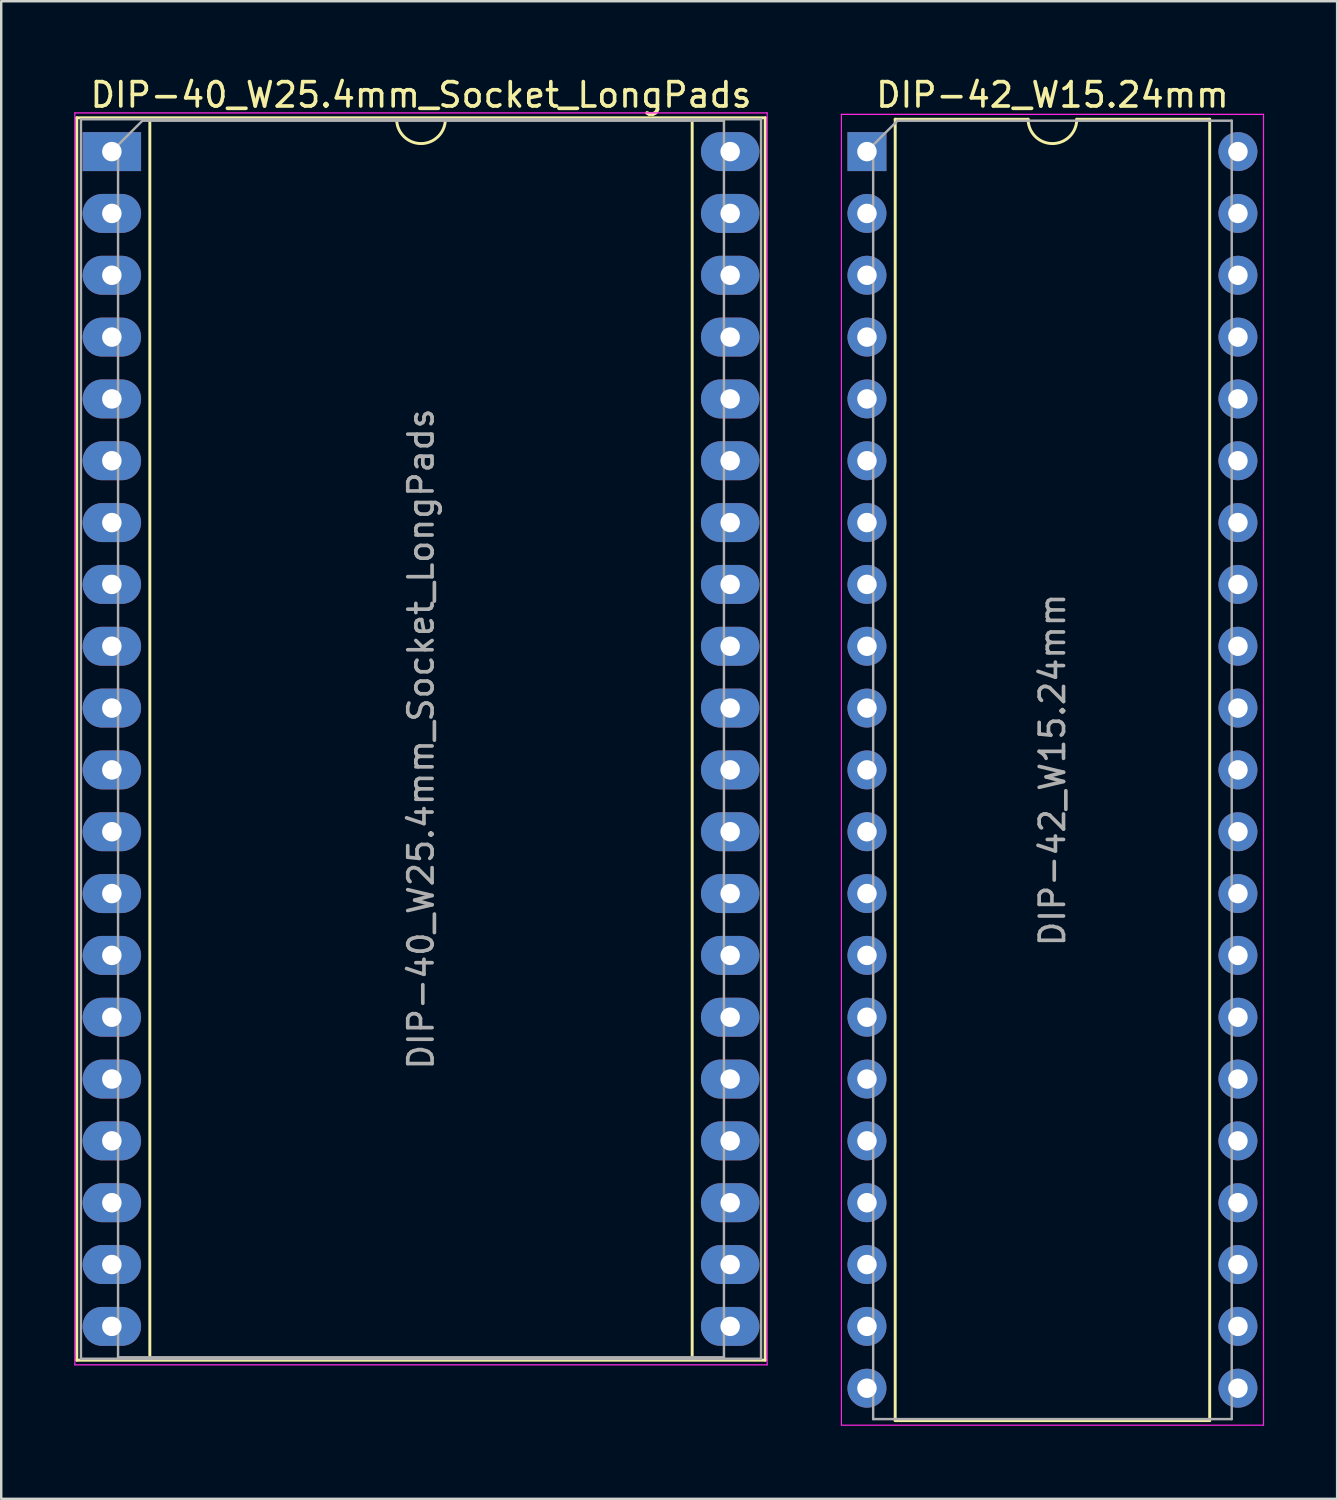
<source format=kicad_pcb>
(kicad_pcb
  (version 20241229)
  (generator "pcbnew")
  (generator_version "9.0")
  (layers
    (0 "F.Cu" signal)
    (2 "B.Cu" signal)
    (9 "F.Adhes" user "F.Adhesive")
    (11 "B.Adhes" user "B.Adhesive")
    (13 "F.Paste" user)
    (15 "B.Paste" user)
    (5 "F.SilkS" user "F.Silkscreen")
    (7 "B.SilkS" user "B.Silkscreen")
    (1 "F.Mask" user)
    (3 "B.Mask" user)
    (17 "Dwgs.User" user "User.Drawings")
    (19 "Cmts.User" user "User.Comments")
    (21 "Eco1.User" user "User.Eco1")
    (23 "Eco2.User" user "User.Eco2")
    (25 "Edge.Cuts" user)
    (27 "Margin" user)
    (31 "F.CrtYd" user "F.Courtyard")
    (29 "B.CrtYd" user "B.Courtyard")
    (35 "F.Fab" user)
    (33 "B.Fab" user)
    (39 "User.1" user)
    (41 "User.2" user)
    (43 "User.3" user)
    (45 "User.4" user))
  (footprint "DIP-40_W25.4mm_Socket_LongPads"
    (layer "F.Cu")
    (at 1.545 3.178)
    (property "Reference" "DIP-40_W25.4mm_Socket_LongPads" (at 12.7 -2.33 0) (layer "F.SilkS") (effects (font (size 1 1) (thickness 0.15))))
    (attr through_hole)
    (fp_line (start -1.44 -1.39) (end -1.44 49.65) (stroke (width 0.12) (type solid)) (layer "F.SilkS"))
    (fp_line (start -1.44 49.65) (end 26.84 49.65) (stroke (width 0.12) (type solid)) (layer "F.SilkS"))
    (fp_line (start 1.56 -1.33) (end 1.56 49.59) (stroke (width 0.12) (type solid)) (layer "F.SilkS"))
    (fp_line (start 1.56 49.59) (end 23.84 49.59) (stroke (width 0.12) (type solid)) (layer "F.SilkS"))
    (fp_line (start 11.7 -1.33) (end 1.56 -1.33) (stroke (width 0.12) (type solid)) (layer "F.SilkS"))
    (fp_line (start 23.84 -1.33) (end 13.7 -1.33) (stroke (width 0.12) (type solid)) (layer "F.SilkS"))
    (fp_line (start 23.84 49.59) (end 23.84 -1.33) (stroke (width 0.12) (type solid)) (layer "F.SilkS"))
    (fp_line (start 26.84 -1.39) (end -1.44 -1.39) (stroke (width 0.12) (type solid)) (layer "F.SilkS"))
    (fp_line (start 26.84 49.65) (end 26.84 -1.39) (stroke (width 0.12) (type solid)) (layer "F.SilkS"))
    (fp_arc (start 13.7 -1.33) (mid 12.7 -0.33) (end 11.7 -1.33) (stroke (width 0.12) (type solid)) (layer "F.SilkS"))
    (fp_line (start -1.52 -1.59) (end -1.52 49.84) (stroke (width 0.05) (type solid)) (layer "F.CrtYd"))
    (fp_line (start -1.52 49.84) (end 26.92 49.84) (stroke (width 0.05) (type solid)) (layer "F.CrtYd"))
    (fp_line (start 26.92 -1.59) (end -1.52 -1.59) (stroke (width 0.05) (type solid)) (layer "F.CrtYd"))
    (fp_line (start 26.92 49.84) (end 26.92 -1.59) (stroke (width 0.05) (type solid)) (layer "F.CrtYd"))
    (fp_line (start -1.27 -1.33) (end -1.27 49.59) (stroke (width 0.1) (type solid)) (layer "F.Fab"))
    (fp_line (start -1.27 49.59) (end 26.67 49.59) (stroke (width 0.1) (type solid)) (layer "F.Fab"))
    (fp_line (start 0.255 -0.27) (end 1.255 -1.27) (stroke (width 0.1) (type solid)) (layer "F.Fab"))
    (fp_line (start 0.255 49.53) (end 0.255 -0.27) (stroke (width 0.1) (type solid)) (layer "F.Fab"))
    (fp_line (start 1.255 -1.27) (end 25.145 -1.27) (stroke (width 0.1) (type solid)) (layer "F.Fab"))
    (fp_line (start 25.145 -1.27) (end 25.145 49.53) (stroke (width 0.1) (type solid)) (layer "F.Fab"))
    (fp_line (start 25.145 49.53) (end 0.255 49.53) (stroke (width 0.1) (type solid)) (layer "F.Fab"))
    (fp_line (start 26.67 -1.33) (end -1.27 -1.33) (stroke (width 0.1) (type solid)) (layer "F.Fab"))
    (fp_line (start 26.67 49.59) (end 26.67 -1.33) (stroke (width 0.1) (type solid)) (layer "F.Fab"))
    (fp_text user "${REFERENCE}" (at 12.7 24.13 90) (layer "F.Fab") (effects (font (size 1 1) (thickness 0.15))))
    (pad "1" thru_hole rect (at 0 0) (size 2.4 1.6) (drill 0.8) (layers "*.Cu" "*.Mask"))
    (pad "2" thru_hole oval (at 0 2.54) (size 2.4 1.6) (drill 0.8) (layers "*.Cu" "*.Mask"))
    (pad "3" thru_hole oval (at 0 5.08) (size 2.4 1.6) (drill 0.8) (layers "*.Cu" "*.Mask"))
    (pad "4" thru_hole oval (at 0 7.62) (size 2.4 1.6) (drill 0.8) (layers "*.Cu" "*.Mask"))
    (pad "5" thru_hole oval (at 0 10.16) (size 2.4 1.6) (drill 0.8) (layers "*.Cu" "*.Mask"))
    (pad "6" thru_hole oval (at 0 12.7) (size 2.4 1.6) (drill 0.8) (layers "*.Cu" "*.Mask"))
    (pad "7" thru_hole oval (at 0 15.24) (size 2.4 1.6) (drill 0.8) (layers "*.Cu" "*.Mask"))
    (pad "8" thru_hole oval (at 0 17.78) (size 2.4 1.6) (drill 0.8) (layers "*.Cu" "*.Mask"))
    (pad "9" thru_hole oval (at 0 20.32) (size 2.4 1.6) (drill 0.8) (layers "*.Cu" "*.Mask"))
    (pad "10" thru_hole oval (at 0 22.86) (size 2.4 1.6) (drill 0.8) (layers "*.Cu" "*.Mask"))
    (pad "11" thru_hole oval (at 0 25.4) (size 2.4 1.6) (drill 0.8) (layers "*.Cu" "*.Mask"))
    (pad "12" thru_hole oval (at 0 27.94) (size 2.4 1.6) (drill 0.8) (layers "*.Cu" "*.Mask"))
    (pad "13" thru_hole oval (at 0 30.48) (size 2.4 1.6) (drill 0.8) (layers "*.Cu" "*.Mask"))
    (pad "14" thru_hole oval (at 0 33.02) (size 2.4 1.6) (drill 0.8) (layers "*.Cu" "*.Mask"))
    (pad "15" thru_hole oval (at 0 35.56) (size 2.4 1.6) (drill 0.8) (layers "*.Cu" "*.Mask"))
    (pad "16" thru_hole oval (at 0 38.1) (size 2.4 1.6) (drill 0.8) (layers "*.Cu" "*.Mask"))
    (pad "17" thru_hole oval (at 0 40.64) (size 2.4 1.6) (drill 0.8) (layers "*.Cu" "*.Mask"))
    (pad "18" thru_hole oval (at 0 43.18) (size 2.4 1.6) (drill 0.8) (layers "*.Cu" "*.Mask"))
    (pad "19" thru_hole oval (at 0 45.72) (size 2.4 1.6) (drill 0.8) (layers "*.Cu" "*.Mask"))
    (pad "20" thru_hole oval (at 0 48.26) (size 2.4 1.6) (drill 0.8) (layers "*.Cu" "*.Mask"))
    (pad "21" thru_hole oval (at 25.4 48.26) (size 2.4 1.6) (drill 0.8) (layers "*.Cu" "*.Mask"))
    (pad "22" thru_hole oval (at 25.4 45.72) (size 2.4 1.6) (drill 0.8) (layers "*.Cu" "*.Mask"))
    (pad "23" thru_hole oval (at 25.4 43.18) (size 2.4 1.6) (drill 0.8) (layers "*.Cu" "*.Mask"))
    (pad "24" thru_hole oval (at 25.4 40.64) (size 2.4 1.6) (drill 0.8) (layers "*.Cu" "*.Mask"))
    (pad "25" thru_hole oval (at 25.4 38.1) (size 2.4 1.6) (drill 0.8) (layers "*.Cu" "*.Mask"))
    (pad "26" thru_hole oval (at 25.4 35.56) (size 2.4 1.6) (drill 0.8) (layers "*.Cu" "*.Mask"))
    (pad "27" thru_hole oval (at 25.4 33.02) (size 2.4 1.6) (drill 0.8) (layers "*.Cu" "*.Mask"))
    (pad "28" thru_hole oval (at 25.4 30.48) (size 2.4 1.6) (drill 0.8) (layers "*.Cu" "*.Mask"))
    (pad "29" thru_hole oval (at 25.4 27.94) (size 2.4 1.6) (drill 0.8) (layers "*.Cu" "*.Mask"))
    (pad "30" thru_hole oval (at 25.4 25.4) (size 2.4 1.6) (drill 0.8) (layers "*.Cu" "*.Mask"))
    (pad "31" thru_hole oval (at 25.4 22.86) (size 2.4 1.6) (drill 0.8) (layers "*.Cu" "*.Mask"))
    (pad "32" thru_hole oval (at 25.4 20.32) (size 2.4 1.6) (drill 0.8) (layers "*.Cu" "*.Mask"))
    (pad "33" thru_hole oval (at 25.4 17.78) (size 2.4 1.6) (drill 0.8) (layers "*.Cu" "*.Mask"))
    (pad "34" thru_hole oval (at 25.4 15.24) (size 2.4 1.6) (drill 0.8) (layers "*.Cu" "*.Mask"))
    (pad "35" thru_hole oval (at 25.4 12.7) (size 2.4 1.6) (drill 0.8) (layers "*.Cu" "*.Mask"))
    (pad "36" thru_hole oval (at 25.4 10.16) (size 2.4 1.6) (drill 0.8) (layers "*.Cu" "*.Mask"))
    (pad "37" thru_hole oval (at 25.4 7.62) (size 2.4 1.6) (drill 0.8) (layers "*.Cu" "*.Mask"))
    (pad "38" thru_hole oval (at 25.4 5.08) (size 2.4 1.6) (drill 0.8) (layers "*.Cu" "*.Mask"))
    (pad "39" thru_hole oval (at 25.4 2.54) (size 2.4 1.6) (drill 0.8) (layers "*.Cu" "*.Mask"))
    (pad "40" thru_hole oval (at 25.4 0) (size 2.4 1.6) (drill 0.8) (layers "*.Cu" "*.Mask")))
  (footprint "DIP-42_W15.24mm"
    (layer "F.Cu")
    (at 32.565 3.178)
    (property "Reference" "DIP-42_W15.24mm" (at 7.62 -2.33 0) (layer "F.SilkS") (effects (font (size 1 1) (thickness 0.15))))
    (attr through_hole)
    (fp_line (start 1.16 -1.33) (end 1.16 52.13) (stroke (width 0.12) (type solid)) (layer "F.SilkS"))
    (fp_line (start 1.16 52.13) (end 14.08 52.13) (stroke (width 0.12) (type solid)) (layer "F.SilkS"))
    (fp_line (start 6.62 -1.33) (end 1.16 -1.33) (stroke (width 0.12) (type solid)) (layer "F.SilkS"))
    (fp_line (start 14.08 -1.33) (end 8.62 -1.33) (stroke (width 0.12) (type solid)) (layer "F.SilkS"))
    (fp_line (start 14.08 52.13) (end 14.08 -1.33) (stroke (width 0.12) (type solid)) (layer "F.SilkS"))
    (fp_arc (start 8.62 -1.33) (mid 7.62 -0.33) (end 6.62 -1.33) (stroke (width 0.12) (type solid)) (layer "F.SilkS"))
    (fp_line (start -1.05 -1.53) (end -1.05 52.32) (stroke (width 0.05) (type solid)) (layer "F.CrtYd"))
    (fp_line (start -1.05 52.32) (end 16.29 52.32) (stroke (width 0.05) (type solid)) (layer "F.CrtYd"))
    (fp_line (start 16.29 -1.53) (end -1.05 -1.53) (stroke (width 0.05) (type solid)) (layer "F.CrtYd"))
    (fp_line (start 16.29 52.32) (end 16.29 -1.53) (stroke (width 0.05) (type solid)) (layer "F.CrtYd"))
    (fp_line (start 0.255 -0.27) (end 1.255 -1.27) (stroke (width 0.1) (type solid)) (layer "F.Fab"))
    (fp_line (start 0.255 52.07) (end 0.255 -0.27) (stroke (width 0.1) (type solid)) (layer "F.Fab"))
    (fp_line (start 1.255 -1.27) (end 14.985 -1.27) (stroke (width 0.1) (type solid)) (layer "F.Fab"))
    (fp_line (start 14.985 -1.27) (end 14.985 52.07) (stroke (width 0.1) (type solid)) (layer "F.Fab"))
    (fp_line (start 14.985 52.07) (end 0.255 52.07) (stroke (width 0.1) (type solid)) (layer "F.Fab"))
    (fp_text user "${REFERENCE}" (at 7.62 25.4 90) (layer "F.Fab") (effects (font (size 1 1) (thickness 0.15))))
    (pad "1" thru_hole rect (at 0 0) (size 1.6 1.6) (drill 0.8) (layers "*.Cu" "*.Mask"))
    (pad "2" thru_hole circle (at 0 2.54) (size 1.6 1.6) (drill 0.8) (layers "*.Cu" "*.Mask"))
    (pad "3" thru_hole circle (at 0 5.08) (size 1.6 1.6) (drill 0.8) (layers "*.Cu" "*.Mask"))
    (pad "4" thru_hole circle (at 0 7.62) (size 1.6 1.6) (drill 0.8) (layers "*.Cu" "*.Mask"))
    (pad "5" thru_hole circle (at 0 10.16) (size 1.6 1.6) (drill 0.8) (layers "*.Cu" "*.Mask"))
    (pad "6" thru_hole circle (at 0 12.7) (size 1.6 1.6) (drill 0.8) (layers "*.Cu" "*.Mask"))
    (pad "7" thru_hole circle (at 0 15.24) (size 1.6 1.6) (drill 0.8) (layers "*.Cu" "*.Mask"))
    (pad "8" thru_hole circle (at 0 17.78) (size 1.6 1.6) (drill 0.8) (layers "*.Cu" "*.Mask"))
    (pad "9" thru_hole circle (at 0 20.32) (size 1.6 1.6) (drill 0.8) (layers "*.Cu" "*.Mask"))
    (pad "10" thru_hole circle (at 0 22.86) (size 1.6 1.6) (drill 0.8) (layers "*.Cu" "*.Mask"))
    (pad "11" thru_hole circle (at 0 25.4) (size 1.6 1.6) (drill 0.8) (layers "*.Cu" "*.Mask"))
    (pad "12" thru_hole circle (at 0 27.94) (size 1.6 1.6) (drill 0.8) (layers "*.Cu" "*.Mask"))
    (pad "13" thru_hole circle (at 0 30.48) (size 1.6 1.6) (drill 0.8) (layers "*.Cu" "*.Mask"))
    (pad "14" thru_hole circle (at 0 33.02) (size 1.6 1.6) (drill 0.8) (layers "*.Cu" "*.Mask"))
    (pad "15" thru_hole circle (at 0 35.56) (size 1.6 1.6) (drill 0.8) (layers "*.Cu" "*.Mask"))
    (pad "16" thru_hole circle (at 0 38.1) (size 1.6 1.6) (drill 0.8) (layers "*.Cu" "*.Mask"))
    (pad "17" thru_hole circle (at 0 40.64) (size 1.6 1.6) (drill 0.8) (layers "*.Cu" "*.Mask"))
    (pad "18" thru_hole circle (at 0 43.18) (size 1.6 1.6) (drill 0.8) (layers "*.Cu" "*.Mask"))
    (pad "19" thru_hole circle (at 0 45.72) (size 1.6 1.6) (drill 0.8) (layers "*.Cu" "*.Mask"))
    (pad "20" thru_hole circle (at 0 48.26) (size 1.6 1.6) (drill 0.8) (layers "*.Cu" "*.Mask"))
    (pad "21" thru_hole circle (at 0 50.8) (size 1.6 1.6) (drill 0.8) (layers "*.Cu" "*.Mask"))
    (pad "22" thru_hole circle (at 15.24 50.8) (size 1.6 1.6) (drill 0.8) (layers "*.Cu" "*.Mask"))
    (pad "23" thru_hole circle (at 15.24 48.26) (size 1.6 1.6) (drill 0.8) (layers "*.Cu" "*.Mask"))
    (pad "24" thru_hole circle (at 15.24 45.72) (size 1.6 1.6) (drill 0.8) (layers "*.Cu" "*.Mask"))
    (pad "25" thru_hole circle (at 15.24 43.18) (size 1.6 1.6) (drill 0.8) (layers "*.Cu" "*.Mask"))
    (pad "26" thru_hole circle (at 15.24 40.64) (size 1.6 1.6) (drill 0.8) (layers "*.Cu" "*.Mask"))
    (pad "27" thru_hole circle (at 15.24 38.1) (size 1.6 1.6) (drill 0.8) (layers "*.Cu" "*.Mask"))
    (pad "28" thru_hole circle (at 15.24 35.56) (size 1.6 1.6) (drill 0.8) (layers "*.Cu" "*.Mask"))
    (pad "29" thru_hole circle (at 15.24 33.02) (size 1.6 1.6) (drill 0.8) (layers "*.Cu" "*.Mask"))
    (pad "30" thru_hole circle (at 15.24 30.48) (size 1.6 1.6) (drill 0.8) (layers "*.Cu" "*.Mask"))
    (pad "31" thru_hole circle (at 15.24 27.94) (size 1.6 1.6) (drill 0.8) (layers "*.Cu" "*.Mask"))
    (pad "32" thru_hole circle (at 15.24 25.4) (size 1.6 1.6) (drill 0.8) (layers "*.Cu" "*.Mask"))
    (pad "33" thru_hole circle (at 15.24 22.86) (size 1.6 1.6) (drill 0.8) (layers "*.Cu" "*.Mask"))
    (pad "34" thru_hole circle (at 15.24 20.32) (size 1.6 1.6) (drill 0.8) (layers "*.Cu" "*.Mask"))
    (pad "35" thru_hole circle (at 15.24 17.78) (size 1.6 1.6) (drill 0.8) (layers "*.Cu" "*.Mask"))
    (pad "36" thru_hole circle (at 15.24 15.24) (size 1.6 1.6) (drill 0.8) (layers "*.Cu" "*.Mask"))
    (pad "37" thru_hole circle (at 15.24 12.7) (size 1.6 1.6) (drill 0.8) (layers "*.Cu" "*.Mask"))
    (pad "38" thru_hole circle (at 15.24 10.16) (size 1.6 1.6) (drill 0.8) (layers "*.Cu" "*.Mask"))
    (pad "39" thru_hole circle (at 15.24 7.62) (size 1.6 1.6) (drill 0.8) (layers "*.Cu" "*.Mask"))
    (pad "40" thru_hole circle (at 15.24 5.08) (size 1.6 1.6) (drill 0.8) (layers "*.Cu" "*.Mask"))
    (pad "41" thru_hole circle (at 15.24 2.54) (size 1.6 1.6) (drill 0.8) (layers "*.Cu" "*.Mask"))
    (pad "42" thru_hole circle (at 15.24 0) (size 1.6 1.6) (drill 0.8) (layers "*.Cu" "*.Mask")))
  (gr_rect
    (start -3 -3)
    (end 51.88 58.523)
    (stroke (width 0.1) (type default))
    (fill no)
    (layer "Edge.Cuts")))
</source>
